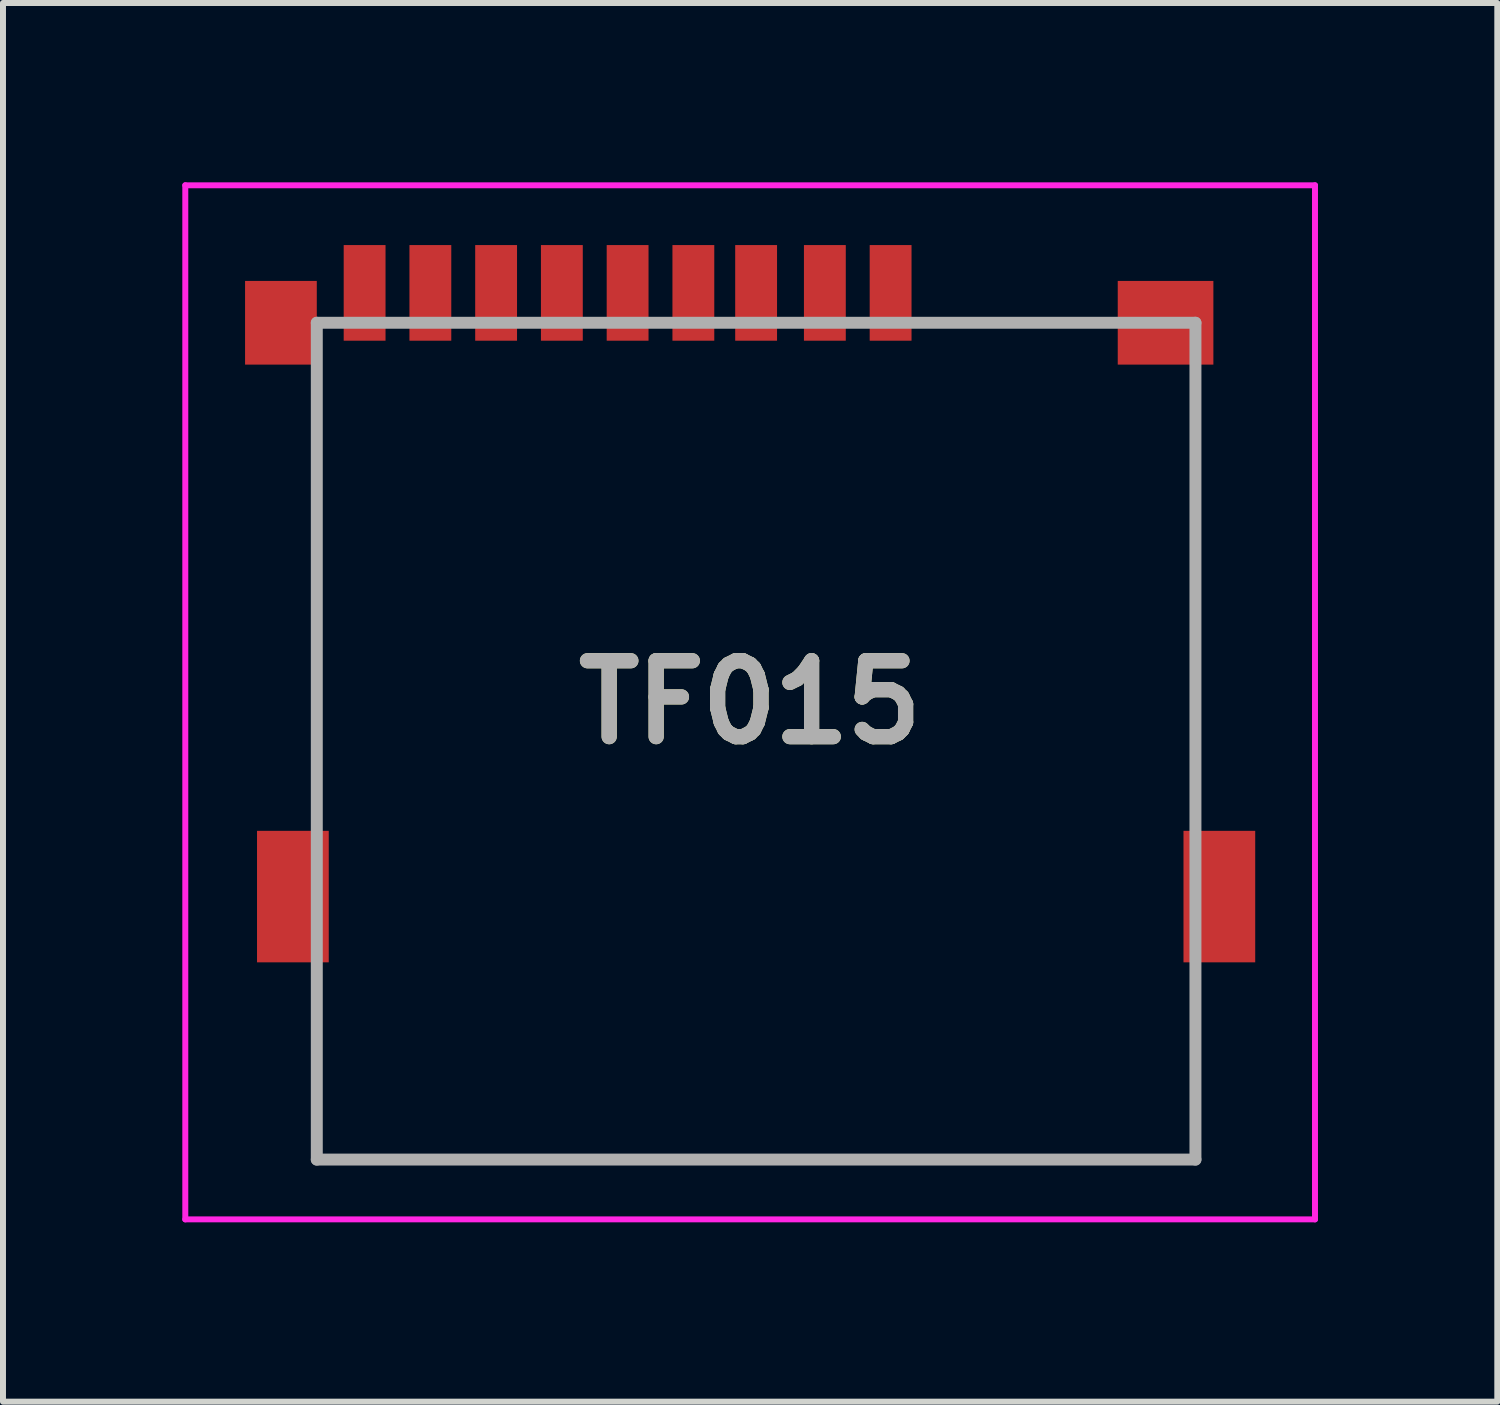
<source format=kicad_pcb>
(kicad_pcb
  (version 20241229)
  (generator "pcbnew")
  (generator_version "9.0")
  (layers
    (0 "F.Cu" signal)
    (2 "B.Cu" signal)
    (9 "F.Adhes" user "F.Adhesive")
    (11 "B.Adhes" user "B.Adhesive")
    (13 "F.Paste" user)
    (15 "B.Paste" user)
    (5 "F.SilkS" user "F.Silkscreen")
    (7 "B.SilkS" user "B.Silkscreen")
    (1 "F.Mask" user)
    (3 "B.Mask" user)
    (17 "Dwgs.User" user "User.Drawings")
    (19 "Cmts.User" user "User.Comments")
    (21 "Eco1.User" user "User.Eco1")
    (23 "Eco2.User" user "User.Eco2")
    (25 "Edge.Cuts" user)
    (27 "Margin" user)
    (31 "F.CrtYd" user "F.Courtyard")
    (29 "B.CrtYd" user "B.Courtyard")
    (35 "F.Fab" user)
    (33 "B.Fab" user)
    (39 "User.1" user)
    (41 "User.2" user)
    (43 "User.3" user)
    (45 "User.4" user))
  (footprint "TF015"
    (layer "F.Cu")
    (at 9.5 9.1)
    (property "Reference" "TF015" (at 0 -0.4 0) (layer "F.SilkS") (effects (font (size 1.27 1.27) (thickness 0.254))))
    (attr through_hole)
    (fp_line (start -7.25 1.25) (end -7.25 -5.75) (stroke (width 0.1) (type solid)) (layer "F.SilkS"))
    (fp_line (start -7.25 4.71) (end -7.25 7.25) (stroke (width 0.1) (type solid)) (layer "F.SilkS"))
    (fp_line (start -7.25 7.25) (end 7.45 7.25) (stroke (width 0.1) (type solid)) (layer "F.SilkS"))
    (fp_line (start 7.45 -5.75) (end 7.45 1.25) (stroke (width 0.1) (type solid)) (layer "F.SilkS"))
    (fp_line (start 7.45 7.25) (end 7.45 4.71) (stroke (width 0.1) (type solid)) (layer "F.SilkS"))
    (fp_line (start -9.45 -9.05) (end 9.45 -9.05) (stroke (width 0.1) (type solid)) (layer "F.CrtYd"))
    (fp_line (start -9.45 8.25) (end -9.45 -9.05) (stroke (width 0.1) (type solid)) (layer "F.CrtYd"))
    (fp_line (start 9.45 -9.05) (end 9.45 8.25) (stroke (width 0.1) (type solid)) (layer "F.CrtYd"))
    (fp_line (start 9.45 8.25) (end -9.45 8.25) (stroke (width 0.1) (type solid)) (layer "F.CrtYd"))
    (fp_line (start -7.25 -6.75) (end 7.45 -6.75) (stroke (width 0.2) (type solid)) (layer "F.Fab"))
    (fp_line (start -7.25 7.25) (end -7.25 -6.75) (stroke (width 0.2) (type solid)) (layer "F.Fab"))
    (fp_line (start 7.45 -6.75) (end 7.45 7.25) (stroke (width 0.2) (type solid)) (layer "F.Fab"))
    (fp_line (start 7.45 7.25) (end -7.25 7.25) (stroke (width 0.2) (type solid)) (layer "F.Fab"))
    (fp_text user "${REFERENCE}" (at 0 -0.4 0) (layer "F.Fab") (effects (font (size 1.27 1.27) (thickness 0.254))))
    (pad "" np_thru_hole circle (at -4.85 3.25) (size 0.001 0.001) (drill 1.2) (layers "*.Cu" "*.Mask"))
    (pad "" np_thru_hole circle (at 3.15 3.25) (size 0.001 0.001) (drill 1.2) (layers "*.Cu" "*.Mask"))
    (pad "1" smd rect (at 2.35 -7.25) (size 0.7 1.6) (layers "F.Cu" "F.Mask" "F.Paste"))
    (pad "2" smd rect (at 1.25 -7.25) (size 0.7 1.6) (layers "F.Cu" "F.Mask" "F.Paste"))
    (pad "3" smd rect (at 0.1 -7.25) (size 0.7 1.6) (layers "F.Cu" "F.Mask" "F.Paste"))
    (pad "4" smd rect (at -0.95 -7.25) (size 0.7 1.6) (layers "F.Cu" "F.Mask" "F.Paste"))
    (pad "5" smd rect (at -2.05 -7.25) (size 0.7 1.6) (layers "F.Cu" "F.Mask" "F.Paste"))
    (pad "6" smd rect (at -3.15 -7.25) (size 0.7 1.6) (layers "F.Cu" "F.Mask" "F.Paste"))
    (pad "7" smd rect (at -4.25 -7.25) (size 0.7 1.6) (layers "F.Cu" "F.Mask" "F.Paste"))
    (pad "8" smd rect (at -5.35 -7.25) (size 0.7 1.6) (layers "F.Cu" "F.Mask" "F.Paste"))
    (pad "9" smd rect (at -6.45 -7.25) (size 0.7 1.6) (layers "F.Cu" "F.Mask" "F.Paste"))
    (pad "10" smd rect (at -7.85 -6.75) (size 1.2 1.4) (layers "F.Cu" "F.Mask" "F.Paste"))
    (pad "11" smd rect (at 6.95 -6.75 90) (size 1.4 1.6) (layers "F.Cu" "F.Mask" "F.Paste"))
    (pad "12" smd rect (at -7.65 2.85) (size 1.2 2.2) (layers "F.Cu" "F.Mask" "F.Paste"))
    (pad "13" smd rect (at 7.85 2.85) (size 1.2 2.2) (layers "F.Cu" "F.Mask" "F.Paste")))
  (gr_rect
    (start -3 -3)
    (end 22 20.4)
    (stroke (width 0.1) (type default))
    (fill no)
    (layer "Edge.Cuts")))
</source>
